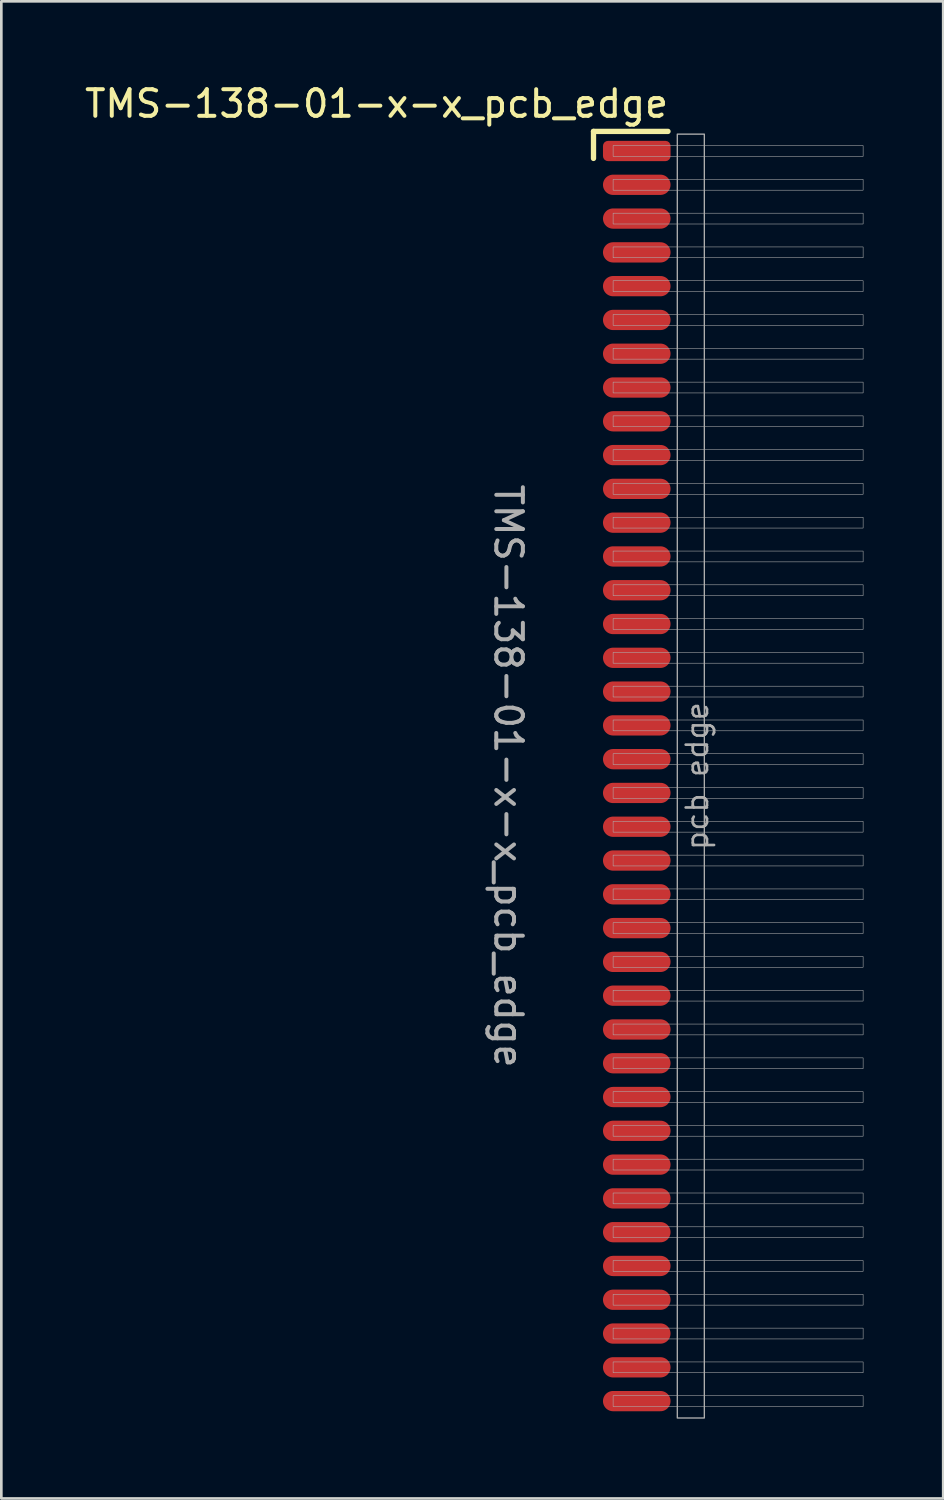
<source format=kicad_pcb>
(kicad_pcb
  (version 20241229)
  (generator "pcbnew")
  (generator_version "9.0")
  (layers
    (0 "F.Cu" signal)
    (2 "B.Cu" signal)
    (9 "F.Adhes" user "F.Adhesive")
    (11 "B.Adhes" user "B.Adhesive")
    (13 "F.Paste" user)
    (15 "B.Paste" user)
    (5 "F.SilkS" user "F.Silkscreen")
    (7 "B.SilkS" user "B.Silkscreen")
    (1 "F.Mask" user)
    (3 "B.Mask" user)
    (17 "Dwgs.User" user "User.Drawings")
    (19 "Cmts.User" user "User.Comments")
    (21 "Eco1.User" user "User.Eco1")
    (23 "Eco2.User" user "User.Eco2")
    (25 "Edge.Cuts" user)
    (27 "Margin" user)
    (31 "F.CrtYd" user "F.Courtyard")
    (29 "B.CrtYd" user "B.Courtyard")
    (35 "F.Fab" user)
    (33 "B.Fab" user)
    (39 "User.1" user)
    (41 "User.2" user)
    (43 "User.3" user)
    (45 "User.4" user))
  (footprint "TMS-138-01-x-x_pcb_edge"
    (layer "F.Cu")
    (at 22.409 26.121)
    (property "Reference" "TMS-138-01-x-x_pcb_edge" (at -0.254 -25.273 0) (unlocked yes) (layer "F.SilkS") (effects (font (size 1 1) (thickness 0.15)) (justify right)))
    (attr smd)
    (fp_line (start -3.15 -23.216) (end -3.15 -24.232) (stroke (width 0.2) (type solid)) (layer "F.SilkS"))
    (fp_line (start -0.35 -24.232) (end -3.15 -24.232) (stroke (width 0.2) (type solid)) (layer "F.SilkS"))
    (fp_rect (start 0 -24.13) (end 1.016 24.13) (stroke (width 0.05) (type solid)) (fill no) (layer "F.Fab"))
    (fp_rect (start 6.985 -23.292) (end -2.413 -23.698) (stroke (width 0.02) (type solid)) (fill no) (layer "F.Fab"))
    (fp_rect (start 6.985 -22.022) (end -2.413 -22.428) (stroke (width 0.02) (type solid)) (fill no) (layer "F.Fab"))
    (fp_rect (start 6.985 -20.752) (end -2.413 -21.158) (stroke (width 0.02) (type solid)) (fill no) (layer "F.Fab"))
    (fp_rect (start 6.985 -19.482) (end -2.413 -19.888) (stroke (width 0.02) (type solid)) (fill no) (layer "F.Fab"))
    (fp_rect (start 6.985 -18.212) (end -2.413 -18.618) (stroke (width 0.02) (type solid)) (fill no) (layer "F.Fab"))
    (fp_rect (start 6.985 -16.942) (end -2.413 -17.348) (stroke (width 0.02) (type solid)) (fill no) (layer "F.Fab"))
    (fp_rect (start 6.985 -15.672) (end -2.413 -16.078) (stroke (width 0.02) (type solid)) (fill no) (layer "F.Fab"))
    (fp_rect (start 6.985 -14.402) (end -2.413 -14.808) (stroke (width 0.02) (type solid)) (fill no) (layer "F.Fab"))
    (fp_rect (start 6.985 -13.132) (end -2.413 -13.538) (stroke (width 0.02) (type solid)) (fill no) (layer "F.Fab"))
    (fp_rect (start 6.985 -11.862) (end -2.413 -12.268) (stroke (width 0.02) (type solid)) (fill no) (layer "F.Fab"))
    (fp_rect (start 6.985 -10.592) (end -2.413 -10.998) (stroke (width 0.02) (type solid)) (fill no) (layer "F.Fab"))
    (fp_rect (start 6.985 -9.322) (end -2.413 -9.728) (stroke (width 0.02) (type solid)) (fill no) (layer "F.Fab"))
    (fp_rect (start 6.985 -8.052) (end -2.413 -8.458) (stroke (width 0.02) (type solid)) (fill no) (layer "F.Fab"))
    (fp_rect (start 6.985 -6.782) (end -2.413 -7.188) (stroke (width 0.02) (type solid)) (fill no) (layer "F.Fab"))
    (fp_rect (start 6.985 -5.512) (end -2.413 -5.918) (stroke (width 0.02) (type solid)) (fill no) (layer "F.Fab"))
    (fp_rect (start 6.985 -4.242) (end -2.413 -4.648) (stroke (width 0.02) (type solid)) (fill no) (layer "F.Fab"))
    (fp_rect (start 6.985 -2.972) (end -2.413 -3.378) (stroke (width 0.02) (type solid)) (fill no) (layer "F.Fab"))
    (fp_rect (start 6.985 -1.702) (end -2.413 -2.108) (stroke (width 0.02) (type solid)) (fill no) (layer "F.Fab"))
    (fp_rect (start 6.985 -0.432) (end -2.413 -0.838) (stroke (width 0.02) (type solid)) (fill no) (layer "F.Fab"))
    (fp_rect (start 6.985 0.838) (end -2.413 0.432) (stroke (width 0.02) (type solid)) (fill no) (layer "F.Fab"))
    (fp_rect (start 6.985 2.108) (end -2.413 1.702) (stroke (width 0.02) (type solid)) (fill no) (layer "F.Fab"))
    (fp_rect (start 6.985 3.378) (end -2.413 2.972) (stroke (width 0.02) (type solid)) (fill no) (layer "F.Fab"))
    (fp_rect (start 6.985 4.648) (end -2.413 4.242) (stroke (width 0.02) (type solid)) (fill no) (layer "F.Fab"))
    (fp_rect (start 6.985 5.918) (end -2.413 5.512) (stroke (width 0.02) (type solid)) (fill no) (layer "F.Fab"))
    (fp_rect (start 6.985 7.188) (end -2.413 6.782) (stroke (width 0.02) (type solid)) (fill no) (layer "F.Fab"))
    (fp_rect (start 6.985 8.458) (end -2.413 8.052) (stroke (width 0.02) (type solid)) (fill no) (layer "F.Fab"))
    (fp_rect (start 6.985 9.728) (end -2.413 9.322) (stroke (width 0.02) (type solid)) (fill no) (layer "F.Fab"))
    (fp_rect (start 6.985 10.998) (end -2.413 10.592) (stroke (width 0.02) (type solid)) (fill no) (layer "F.Fab"))
    (fp_rect (start 6.985 12.268) (end -2.413 11.862) (stroke (width 0.02) (type solid)) (fill no) (layer "F.Fab"))
    (fp_rect (start 6.985 13.538) (end -2.413 13.132) (stroke (width 0.02) (type solid)) (fill no) (layer "F.Fab"))
    (fp_rect (start 6.985 14.808) (end -2.413 14.402) (stroke (width 0.02) (type solid)) (fill no) (layer "F.Fab"))
    (fp_rect (start 6.985 16.078) (end -2.413 15.672) (stroke (width 0.02) (type solid)) (fill no) (layer "F.Fab"))
    (fp_rect (start 6.985 17.348) (end -2.413 16.942) (stroke (width 0.02) (type solid)) (fill no) (layer "F.Fab"))
    (fp_rect (start 6.985 18.618) (end -2.413 18.212) (stroke (width 0.02) (type solid)) (fill no) (layer "F.Fab"))
    (fp_rect (start 6.985 19.888) (end -2.413 19.482) (stroke (width 0.02) (type solid)) (fill no) (layer "F.Fab"))
    (fp_rect (start 6.985 21.158) (end -2.413 20.752) (stroke (width 0.02) (type solid)) (fill no) (layer "F.Fab"))
    (fp_rect (start 6.985 22.428) (end -2.413 22.022) (stroke (width 0.02) (type solid)) (fill no) (layer "F.Fab"))
    (fp_rect (start 6.985 23.698) (end -2.413 23.292) (stroke (width 0.02) (type solid)) (fill no) (layer "F.Fab"))
    (fp_text user "pcb edge" (at 0.75 0 90) (unlocked yes) (layer "F.Fab") (effects (font (size 0.8 0.8) (thickness 0.1))))
    (fp_text user "${REFERENCE}" (at -6.35 0 270) (unlocked yes) (layer "F.Fab") (effects (font (size 1 1) (thickness 0.15))))
    (pad "1" smd roundrect (at -1.524 -23.495) (size 2.54 0.762) (layers "F.Cu" "F.Mask" "F.Paste") (roundrect_rratio 0.25))
    (pad "2" smd oval (at -1.524 -22.225) (size 2.54 0.762) (layers "F.Cu" "F.Mask" "F.Paste"))
    (pad "3" smd oval (at -1.524 -20.955) (size 2.54 0.762) (layers "F.Cu" "F.Mask" "F.Paste"))
    (pad "4" smd oval (at -1.524 -19.685) (size 2.54 0.762) (layers "F.Cu" "F.Mask" "F.Paste"))
    (pad "5" smd oval (at -1.524 -18.415) (size 2.54 0.762) (layers "F.Cu" "F.Mask" "F.Paste"))
    (pad "6" smd oval (at -1.524 -17.145) (size 2.54 0.762) (layers "F.Cu" "F.Mask" "F.Paste"))
    (pad "7" smd oval (at -1.524 -15.875) (size 2.54 0.762) (layers "F.Cu" "F.Mask" "F.Paste"))
    (pad "8" smd oval (at -1.524 -14.605) (size 2.54 0.762) (layers "F.Cu" "F.Mask" "F.Paste"))
    (pad "9" smd oval (at -1.524 -13.335) (size 2.54 0.762) (layers "F.Cu" "F.Mask" "F.Paste"))
    (pad "10" smd oval (at -1.524 -12.065) (size 2.54 0.762) (layers "F.Cu" "F.Mask" "F.Paste"))
    (pad "11" smd oval (at -1.524 -10.795) (size 2.54 0.762) (layers "F.Cu" "F.Mask" "F.Paste"))
    (pad "12" smd oval (at -1.524 -9.525) (size 2.54 0.762) (layers "F.Cu" "F.Mask" "F.Paste"))
    (pad "13" smd oval (at -1.524 -8.255) (size 2.54 0.762) (layers "F.Cu" "F.Mask" "F.Paste"))
    (pad "14" smd oval (at -1.524 -6.985) (size 2.54 0.762) (layers "F.Cu" "F.Mask" "F.Paste"))
    (pad "15" smd oval (at -1.524 -5.715) (size 2.54 0.762) (layers "F.Cu" "F.Mask" "F.Paste"))
    (pad "16" smd oval (at -1.524 -4.445) (size 2.54 0.762) (layers "F.Cu" "F.Mask" "F.Paste"))
    (pad "17" smd oval (at -1.524 -3.175) (size 2.54 0.762) (layers "F.Cu" "F.Mask" "F.Paste"))
    (pad "18" smd oval (at -1.524 -1.905) (size 2.54 0.762) (layers "F.Cu" "F.Mask" "F.Paste"))
    (pad "19" smd oval (at -1.524 -0.635) (size 2.54 0.762) (layers "F.Cu" "F.Mask" "F.Paste"))
    (pad "20" smd oval (at -1.524 0.635) (size 2.54 0.762) (layers "F.Cu" "F.Mask" "F.Paste"))
    (pad "21" smd oval (at -1.524 1.905) (size 2.54 0.762) (layers "F.Cu" "F.Mask" "F.Paste"))
    (pad "22" smd oval (at -1.524 3.175) (size 2.54 0.762) (layers "F.Cu" "F.Mask" "F.Paste"))
    (pad "23" smd oval (at -1.524 4.445) (size 2.54 0.762) (layers "F.Cu" "F.Mask" "F.Paste"))
    (pad "24" smd oval (at -1.524 5.715) (size 2.54 0.762) (layers "F.Cu" "F.Mask" "F.Paste"))
    (pad "25" smd oval (at -1.524 6.985) (size 2.54 0.762) (layers "F.Cu" "F.Mask" "F.Paste"))
    (pad "26" smd oval (at -1.524 8.255) (size 2.54 0.762) (layers "F.Cu" "F.Mask" "F.Paste"))
    (pad "27" smd oval (at -1.524 9.525) (size 2.54 0.762) (layers "F.Cu" "F.Mask" "F.Paste"))
    (pad "28" smd oval (at -1.524 10.795) (size 2.54 0.762) (layers "F.Cu" "F.Mask" "F.Paste"))
    (pad "29" smd oval (at -1.524 12.065) (size 2.54 0.762) (layers "F.Cu" "F.Mask" "F.Paste"))
    (pad "30" smd oval (at -1.524 13.335) (size 2.54 0.762) (layers "F.Cu" "F.Mask" "F.Paste"))
    (pad "31" smd oval (at -1.524 14.605) (size 2.54 0.762) (layers "F.Cu" "F.Mask" "F.Paste"))
    (pad "32" smd oval (at -1.524 15.875) (size 2.54 0.762) (layers "F.Cu" "F.Mask" "F.Paste"))
    (pad "33" smd oval (at -1.524 17.145) (size 2.54 0.762) (layers "F.Cu" "F.Mask" "F.Paste"))
    (pad "34" smd oval (at -1.524 18.415) (size 2.54 0.762) (layers "F.Cu" "F.Mask" "F.Paste"))
    (pad "35" smd oval (at -1.524 19.685) (size 2.54 0.762) (layers "F.Cu" "F.Mask" "F.Paste"))
    (pad "36" smd oval (at -1.524 20.955) (size 2.54 0.762) (layers "F.Cu" "F.Mask" "F.Paste"))
    (pad "37" smd oval (at -1.524 22.225) (size 2.54 0.762) (layers "F.Cu" "F.Mask" "F.Paste"))
    (pad "38" smd oval (at -1.524 23.495) (size 2.54 0.762) (layers "F.Cu" "F.Mask" "F.Paste")))
  (gr_rect
    (start -3 -3)
    (end 32.404 53.276)
    (stroke (width 0.1) (type default))
    (fill no)
    (layer "Edge.Cuts")))
</source>
